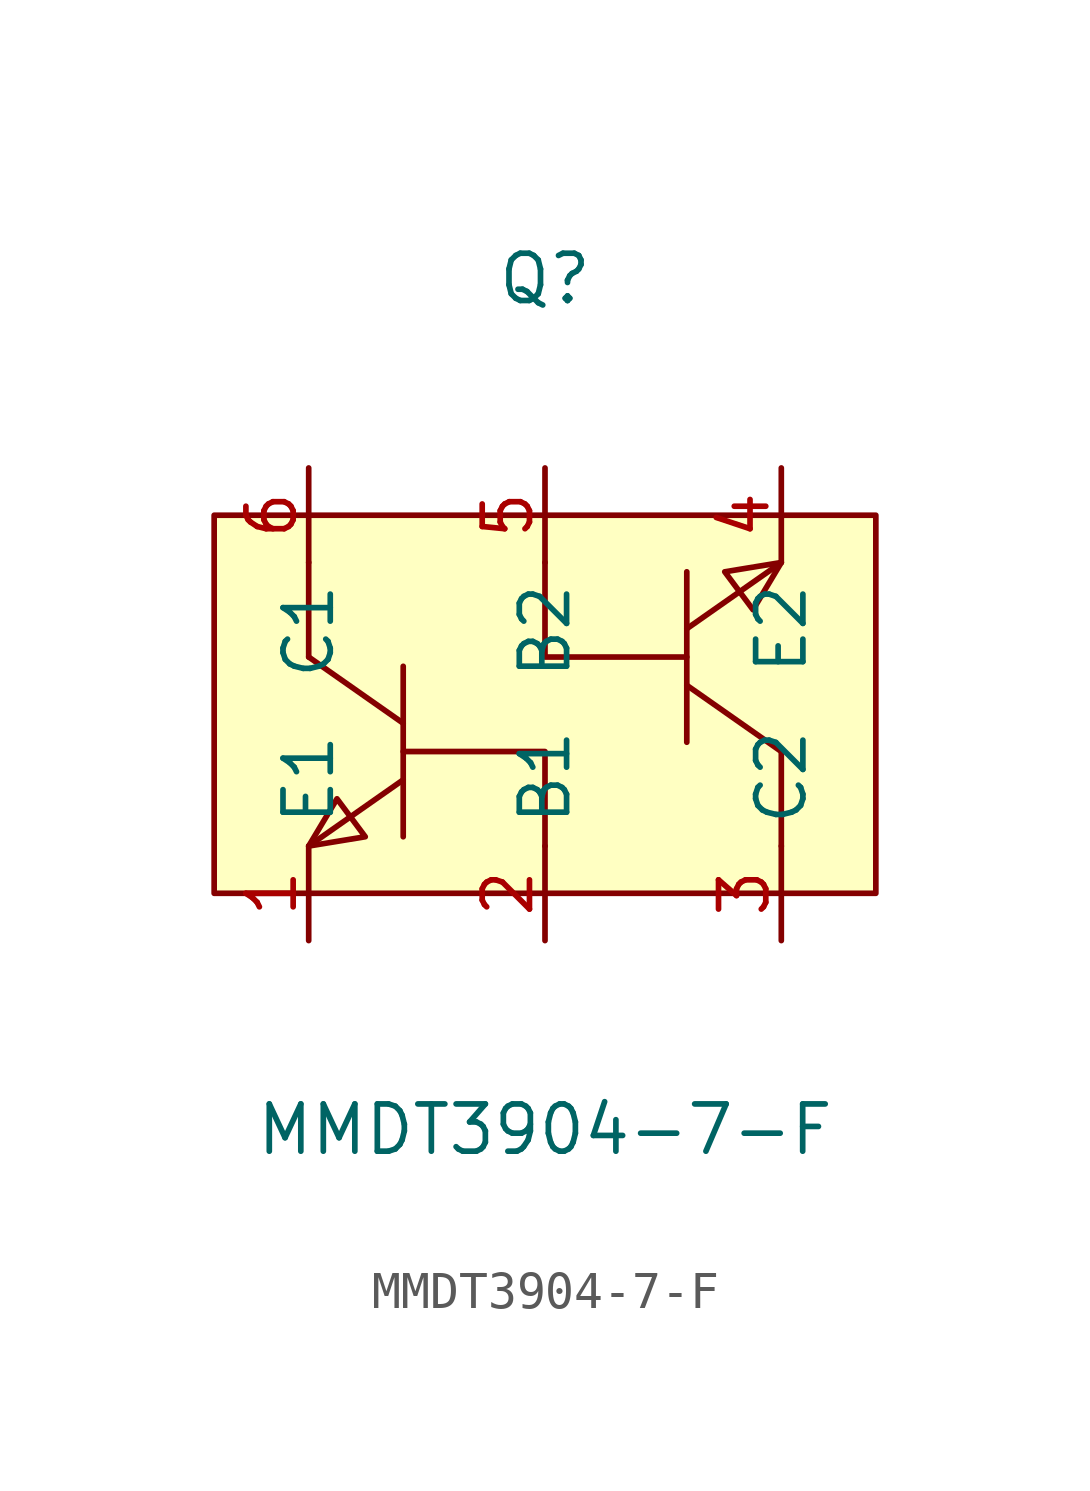
<source format=kicad_sym>
(kicad_symbol_lib
  (version 20241209)
  (generator "kicad_symbol_editor")
  (generator_version "9.0")
  (symbol "MMDT3904-7-F"
    (property "Reference" "Q"
      (at 0 11.43 0)
      (effects (font (size 1.27 1.27))))
    (property "Value" "MMDT3904-7-F"
      (at 0 -11.43 0)
      (effects (font (size 1.27 1.27))))
    (symbol "MMDT3904-7-F_0_1"
      (rectangle (start -8.89 5.08) (end 8.89 -5.08) (stroke (width 0) (type default)) (fill (type background)))
      (polyline (pts (xy -6.35 3.81) (xy -6.35 1.27)) (stroke (width 0) (type default)) (fill (type none)))
      (polyline (pts (xy -6.35 1.27) (xy -3.81 -0.51)) (stroke (width 0) (type default)) (fill (type none)))
      (polyline (pts (xy -6.35 -3.81) (xy -5.59 -2.54) (xy -4.83 -3.56) (xy -6.35 -3.81)) (stroke (width 0) (type default)) (fill (type background)))
      (polyline (pts (xy -3.81 1.02) (xy -3.81 -3.56)) (stroke (width 0) (type default)) (fill (type none)))
      (polyline (pts (xy -3.81 -1.27) (xy 0 -1.27) (xy 0 -3.81)) (stroke (width 0) (type default)) (fill (type none)))
      (polyline (pts (xy -3.81 -2.03) (xy -6.35 -3.81)) (stroke (width 0) (type default)) (fill (type none)))
      (polyline (pts (xy 0 3.81) (xy 0 2.54) (xy 0 1.27) (xy 3.81 1.27)) (stroke (width 0) (type default)) (fill (type none)))
      (polyline (pts (xy 3.81 2.03) (xy 6.35 3.81)) (stroke (width 0) (type default)) (fill (type none)))
      (polyline (pts (xy 3.81 -1.02) (xy 3.81 3.56)) (stroke (width 0) (type default)) (fill (type none)))
      (polyline (pts (xy 6.35 3.81) (xy 5.59 2.54) (xy 4.83 3.56) (xy 6.35 3.81)) (stroke (width 0) (type default)) (fill (type background)))
      (polyline (pts (xy 6.35 -1.27) (xy 3.81 0.51)) (stroke (width 0) (type default)) (fill (type none)))
      (polyline (pts (xy 6.35 -1.27) (xy 6.35 -3.81)) (stroke (width 0) (type default)) (fill (type none))))
    (symbol "MMDT3904-7-F_1_1"
      (pin unspecified line (at -6.35 6.35 270) (length 2.54) (name "C1" (effects (font (size 1.27 1.27)))) (number "6" (effects (font (size 1.27 1.27)))))
      (pin unspecified line (at -6.35 -6.35 90) (length 2.54) (name "E1" (effects (font (size 1.27 1.27)))) (number "1" (effects (font (size 1.27 1.27)))))
      (pin unspecified line (at 0 6.35 270) (length 2.54) (name "B2" (effects (font (size 1.27 1.27)))) (number "5" (effects (font (size 1.27 1.27)))))
      (pin unspecified line (at 0 -6.35 90) (length 2.54) (name "B1" (effects (font (size 1.27 1.27)))) (number "2" (effects (font (size 1.27 1.27)))))
      (pin unspecified line (at 6.35 6.35 270) (length 2.54) (name "E2" (effects (font (size 1.27 1.27)))) (number "4" (effects (font (size 1.27 1.27)))))
      (pin unspecified line (at 6.35 -6.35 90) (length 2.54) (name "C2" (effects (font (size 1.27 1.27)))) (number "3" (effects (font (size 1.27 1.27))))))))
</source>
